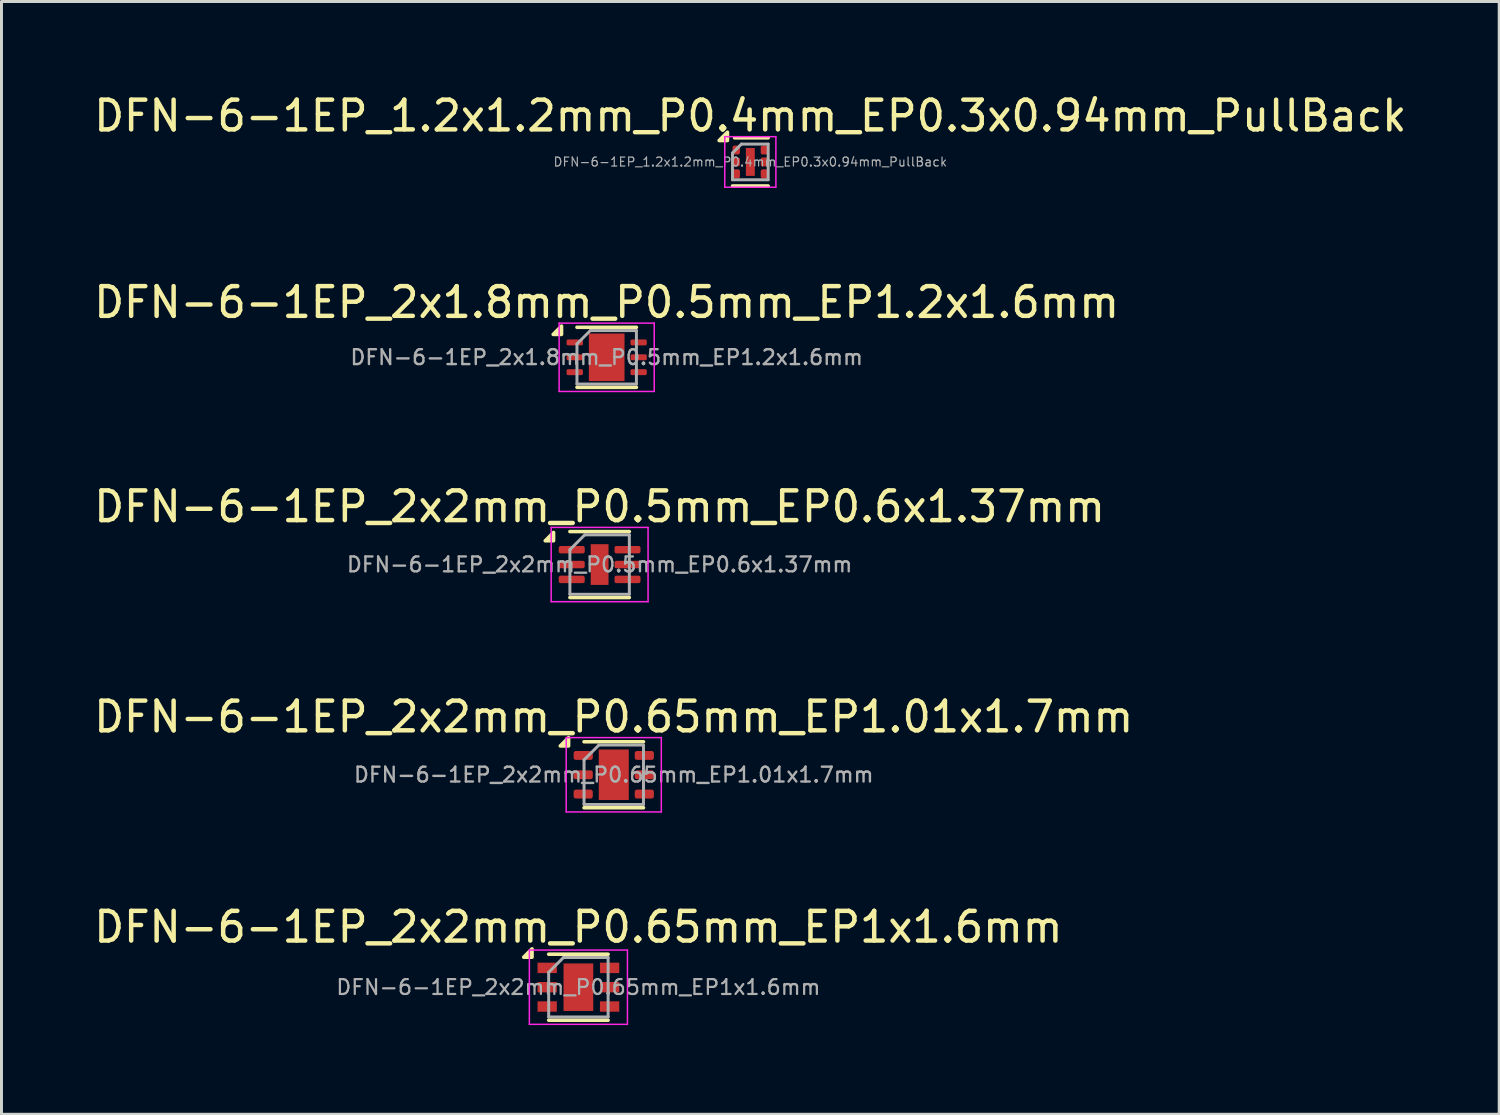
<source format=kicad_pcb>
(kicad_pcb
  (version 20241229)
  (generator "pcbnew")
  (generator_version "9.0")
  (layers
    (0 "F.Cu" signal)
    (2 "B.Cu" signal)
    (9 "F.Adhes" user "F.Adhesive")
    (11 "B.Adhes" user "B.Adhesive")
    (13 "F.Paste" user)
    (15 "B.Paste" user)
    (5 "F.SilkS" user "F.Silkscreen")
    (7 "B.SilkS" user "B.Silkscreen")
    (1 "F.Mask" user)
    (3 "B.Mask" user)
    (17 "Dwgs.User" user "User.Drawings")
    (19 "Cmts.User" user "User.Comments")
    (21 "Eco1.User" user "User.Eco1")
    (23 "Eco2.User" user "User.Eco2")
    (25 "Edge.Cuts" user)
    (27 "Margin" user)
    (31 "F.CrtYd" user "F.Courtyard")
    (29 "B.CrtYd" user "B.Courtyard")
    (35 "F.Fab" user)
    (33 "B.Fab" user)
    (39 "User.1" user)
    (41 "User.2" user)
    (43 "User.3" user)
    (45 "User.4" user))
  (footprint "DFN-6-1EP_2x2mm_P0.65mm_EP1.01x1.7mm"
    (layer "F.Cu")
    (at 17.601 23.018)
    (property "Reference" "DFN-6-1EP_2x2mm_P0.65mm_EP1.01x1.7mm" (at 0 -1.95 0) (layer "F.SilkS") (effects (font (size 1 1) (thickness 0.15))))
    (attr smd)
    (fp_line (start -1 -1.11) (end 1 -1.11) (stroke (width 0.12) (type solid)) (layer "F.SilkS"))
    (fp_line (start -1 1.11) (end 1 1.11) (stroke (width 0.12) (type solid)) (layer "F.SilkS"))
    (fp_poly (pts (xy -1.52 -0.97) (xy -1.8 -0.97) (xy -1.52 -1.25) (xy -1.52 -0.97)) (stroke (width 0.12) (type solid)) (fill yes) (layer "F.SilkS"))
    (fp_line (start -1.6 -1.25) (end -1.6 1.25) (stroke (width 0.05) (type solid)) (layer "F.CrtYd"))
    (fp_line (start -1.6 1.25) (end 1.6 1.25) (stroke (width 0.05) (type solid)) (layer "F.CrtYd"))
    (fp_line (start 1.6 -1.25) (end -1.6 -1.25) (stroke (width 0.05) (type solid)) (layer "F.CrtYd"))
    (fp_line (start 1.6 1.25) (end 1.6 -1.25) (stroke (width 0.05) (type solid)) (layer "F.CrtYd"))
    (fp_line (start -1 -0.5) (end -0.5 -1) (stroke (width 0.1) (type solid)) (layer "F.Fab"))
    (fp_line (start -1 1) (end -1 -0.5) (stroke (width 0.1) (type solid)) (layer "F.Fab"))
    (fp_line (start -0.5 -1) (end 1 -1) (stroke (width 0.1) (type solid)) (layer "F.Fab"))
    (fp_line (start 1 -1) (end 1 1) (stroke (width 0.1) (type solid)) (layer "F.Fab"))
    (fp_line (start 1 1) (end -1 1) (stroke (width 0.1) (type solid)) (layer "F.Fab"))
    (fp_text user "${REFERENCE}" (at 0 0 0) (layer "F.Fab") (effects (font (size 0.5 0.5) (thickness 0.08))))
    (pad "" smd roundrect (at 0 -0.425) (size 0.81 0.69) (layers "F.Paste") (roundrect_rratio 0.25))
    (pad "" smd roundrect (at 0 0.425) (size 0.81 0.69) (layers "F.Paste") (roundrect_rratio 0.25))
    (pad "1" smd roundrect (at -1.028 -0.65) (size 0.645 0.3) (layers "F.Cu" "F.Mask" "F.Paste") (roundrect_rratio 0.25))
    (pad "2" smd roundrect (at -1.028 0) (size 0.645 0.3) (layers "F.Cu" "F.Mask" "F.Paste") (roundrect_rratio 0.25))
    (pad "3" smd roundrect (at -1.028 0.65) (size 0.645 0.3) (layers "F.Cu" "F.Mask" "F.Paste") (roundrect_rratio 0.25))
    (pad "4" smd roundrect (at 1.028 0.65) (size 0.645 0.3) (layers "F.Cu" "F.Mask" "F.Paste") (roundrect_rratio 0.25))
    (pad "5" smd roundrect (at 1.028 0) (size 0.645 0.3) (layers "F.Cu" "F.Mask" "F.Paste") (roundrect_rratio 0.25))
    (pad "6" smd roundrect (at 1.028 -0.65) (size 0.645 0.3) (layers "F.Cu" "F.Mask" "F.Paste") (roundrect_rratio 0.25))
    (pad "7" smd rect (at 0 0) (size 1.01 1.7) (property pad_prop_heatsink) (layers "F.Cu" "F.Mask")))
  (footprint "DFN-6-1EP_2x1.8mm_P0.5mm_EP1.2x1.6mm"
    (layer "F.Cu")
    (at 17.363 8.972)
    (property "Reference" "DFN-6-1EP_2x1.8mm_P0.5mm_EP1.2x1.6mm" (at 0 -1.85 0) (layer "F.SilkS") (effects (font (size 1 1) (thickness 0.15))))
    (attr smd)
    (fp_line (start -1 -1.01) (end 1 -1.01) (stroke (width 0.12) (type solid)) (layer "F.SilkS"))
    (fp_line (start -1 1.01) (end 1 1.01) (stroke (width 0.12) (type solid)) (layer "F.SilkS"))
    (fp_poly (pts (xy -1.52 -0.77) (xy -1.8 -0.77) (xy -1.52 -1.05) (xy -1.52 -0.77)) (stroke (width 0.12) (type solid)) (fill yes) (layer "F.SilkS"))
    (fp_line (start -1.6 -1.15) (end -1.6 1.15) (stroke (width 0.05) (type solid)) (layer "F.CrtYd"))
    (fp_line (start -1.6 1.15) (end 1.6 1.15) (stroke (width 0.05) (type solid)) (layer "F.CrtYd"))
    (fp_line (start 1.6 -1.15) (end -1.6 -1.15) (stroke (width 0.05) (type solid)) (layer "F.CrtYd"))
    (fp_line (start 1.6 1.15) (end 1.6 -1.15) (stroke (width 0.05) (type solid)) (layer "F.CrtYd"))
    (fp_line (start -1 -0.45) (end -0.55 -0.9) (stroke (width 0.1) (type solid)) (layer "F.Fab"))
    (fp_line (start -1 0.9) (end -1 -0.45) (stroke (width 0.1) (type solid)) (layer "F.Fab"))
    (fp_line (start -0.55 -0.9) (end 1 -0.9) (stroke (width 0.1) (type solid)) (layer "F.Fab"))
    (fp_line (start 1 -0.9) (end 1 0.9) (stroke (width 0.1) (type solid)) (layer "F.Fab"))
    (fp_line (start 1 0.9) (end -1 0.9) (stroke (width 0.1) (type solid)) (layer "F.Fab"))
    (fp_text user "${REFERENCE}" (at 0 0 0) (layer "F.Fab") (effects (font (size 0.5 0.5) (thickness 0.08))))
    (pad "" smd roundrect (at -0.3 -0.4) (size 0.48 0.64) (layers "F.Paste") (roundrect_rratio 0.25))
    (pad "" smd roundrect (at -0.3 0.4) (size 0.48 0.64) (layers "F.Paste") (roundrect_rratio 0.25))
    (pad "" smd roundrect (at 0.3 -0.4) (size 0.48 0.64) (layers "F.Paste") (roundrect_rratio 0.25))
    (pad "" smd roundrect (at 0.3 0.4) (size 0.48 0.64) (layers "F.Paste") (roundrect_rratio 0.25))
    (pad "1" smd roundrect (at -1.075 -0.5) (size 0.55 0.2) (layers "F.Cu" "F.Mask" "F.Paste") (roundrect_rratio 0.25))
    (pad "2" smd roundrect (at -1.075 0) (size 0.55 0.2) (layers "F.Cu" "F.Mask" "F.Paste") (roundrect_rratio 0.25))
    (pad "3" smd roundrect (at -1.075 0.5) (size 0.55 0.2) (layers "F.Cu" "F.Mask" "F.Paste") (roundrect_rratio 0.25))
    (pad "4" smd roundrect (at 1.075 0.5) (size 0.55 0.2) (layers "F.Cu" "F.Mask" "F.Paste") (roundrect_rratio 0.25))
    (pad "5" smd roundrect (at 1.075 0) (size 0.55 0.2) (layers "F.Cu" "F.Mask" "F.Paste") (roundrect_rratio 0.25))
    (pad "6" smd roundrect (at 1.075 -0.5) (size 0.55 0.2) (layers "F.Cu" "F.Mask" "F.Paste") (roundrect_rratio 0.25))
    (pad "7" smd rect (at 0 0) (size 1.2 1.6) (property pad_prop_heatsink) (layers "F.Cu" "F.Mask")))
  (footprint "DFN-6-1EP_2x2mm_P0.65mm_EP1x1.6mm"
    (layer "F.Cu")
    (at 16.411 30.166)
    (property "Reference" "DFN-6-1EP_2x2mm_P0.65mm_EP1x1.6mm" (at 0 -2.025 0) (layer "F.SilkS") (effects (font (size 1 1) (thickness 0.15))))
    (attr smd)
    (fp_line (start -1 -1.11) (end 1 -1.11) (stroke (width 0.12) (type solid)) (layer "F.SilkS"))
    (fp_line (start -1 1.11) (end 1 1.11) (stroke (width 0.12) (type solid)) (layer "F.SilkS"))
    (fp_poly (pts (xy -1.56 -1.01) (xy -1.84 -1.01) (xy -1.56 -1.29) (xy -1.56 -1.01)) (stroke (width 0.12) (type solid)) (fill yes) (layer "F.SilkS"))
    (fp_line (start -1.65 -1.25) (end -1.65 1.25) (stroke (width 0.05) (type solid)) (layer "F.CrtYd"))
    (fp_line (start -1.65 -1.25) (end 1.65 -1.25) (stroke (width 0.05) (type solid)) (layer "F.CrtYd"))
    (fp_line (start -1.65 1.25) (end 1.65 1.25) (stroke (width 0.05) (type solid)) (layer "F.CrtYd"))
    (fp_line (start 1.65 -1.25) (end 1.65 1.25) (stroke (width 0.05) (type solid)) (layer "F.CrtYd"))
    (fp_line (start -1 -0.5) (end -0.5 -1) (stroke (width 0.1) (type solid)) (layer "F.Fab"))
    (fp_line (start -1 1) (end -1 -0.5) (stroke (width 0.1) (type solid)) (layer "F.Fab"))
    (fp_line (start -0.5 -1) (end 1 -1) (stroke (width 0.1) (type solid)) (layer "F.Fab"))
    (fp_line (start 1 -1) (end 1 1) (stroke (width 0.1) (type solid)) (layer "F.Fab"))
    (fp_line (start 1 1) (end -1 1) (stroke (width 0.1) (type solid)) (layer "F.Fab"))
    (fp_text user "${REFERENCE}" (at 0 0 0) (layer "F.Fab") (effects (font (size 0.5 0.5) (thickness 0.075))))
    (pad "" smd rect (at 0 -0.4) (size 0.82 0.63) (layers "F.Paste"))
    (pad "" smd rect (at 0 0.4) (size 0.82 0.63) (layers "F.Paste"))
    (pad "1" smd rect (at -1.05 -0.65) (size 0.65 0.35) (layers "F.Cu" "F.Mask" "F.Paste"))
    (pad "2" smd rect (at -1.05 0) (size 0.65 0.35) (layers "F.Cu" "F.Mask" "F.Paste"))
    (pad "3" smd rect (at -1.05 0.65) (size 0.65 0.35) (layers "F.Cu" "F.Mask" "F.Paste"))
    (pad "4" smd rect (at 1.05 0.65) (size 0.65 0.35) (layers "F.Cu" "F.Mask" "F.Paste"))
    (pad "5" smd rect (at 1.05 0) (size 0.65 0.35) (layers "F.Cu" "F.Mask" "F.Paste"))
    (pad "6" smd rect (at 1.05 -0.65) (size 0.65 0.35) (layers "F.Cu" "F.Mask" "F.Paste"))
    (pad "7" smd rect (at 0 0) (size 1 1.6) (layers "F.Cu" "F.Mask")))
  (footprint "DFN-6-1EP_1.2x1.2mm_P0.4mm_EP0.3x0.94mm_PullBack"
    (layer "F.Cu")
    (at 22.196 2.398)
    (property "Reference" "DFN-6-1EP_1.2x1.2mm_P0.4mm_EP0.3x0.94mm_PullBack" (at 0 -1.55 0) (layer "F.SilkS") (effects (font (size 1 1) (thickness 0.15))))
    (attr smd)
    (fp_line (start -0.6 0.81) (end 0.6 0.81) (stroke (width 0.12) (type solid)) (layer "F.SilkS"))
    (fp_line (start -0.53 -0.81) (end 0.6 -0.81) (stroke (width 0.12) (type solid)) (layer "F.SilkS"))
    (fp_poly (pts (xy -0.77 -0.72) (xy -1.05 -0.72) (xy -0.77 -1) (xy -0.77 -0.72)) (stroke (width 0.12) (type solid)) (fill yes) (layer "F.SilkS"))
    (fp_line (start -0.86 -0.85) (end -0.86 0.85) (stroke (width 0.05) (type solid)) (layer "F.CrtYd"))
    (fp_line (start -0.86 0.85) (end 0.86 0.85) (stroke (width 0.05) (type solid)) (layer "F.CrtYd"))
    (fp_line (start 0.86 -0.85) (end -0.86 -0.85) (stroke (width 0.05) (type solid)) (layer "F.CrtYd"))
    (fp_line (start 0.86 0.85) (end 0.86 -0.85) (stroke (width 0.05) (type solid)) (layer "F.CrtYd"))
    (fp_line (start -0.6 -0.3) (end -0.3 -0.6) (stroke (width 0.1) (type solid)) (layer "F.Fab"))
    (fp_line (start -0.6 0.6) (end -0.6 -0.3) (stroke (width 0.1) (type solid)) (layer "F.Fab"))
    (fp_line (start -0.3 -0.6) (end 0.6 -0.6) (stroke (width 0.1) (type solid)) (layer "F.Fab"))
    (fp_line (start 0.6 -0.6) (end 0.6 0.6) (stroke (width 0.1) (type solid)) (layer "F.Fab"))
    (fp_line (start 0.6 0.6) (end -0.6 0.6) (stroke (width 0.1) (type solid)) (layer "F.Fab"))
    (fp_text user "${REFERENCE}" (at 0 0 0) (layer "F.Fab") (effects (font (size 0.3 0.3) (thickness 0.04))))
    (pad "" smd roundrect (at 0 -0.235) (size 0.24 0.38) (layers "F.Paste") (roundrect_rratio 0.25))
    (pad "" smd roundrect (at 0 0.235) (size 0.24 0.38) (layers "F.Paste") (roundrect_rratio 0.25))
    (pad "1" smd roundrect (at -0.475 -0.4) (size 0.25 0.3) (layers "F.Cu" "F.Mask" "F.Paste") (roundrect_rratio 0.25))
    (pad "2" smd roundrect (at -0.475 0) (size 0.25 0.3) (layers "F.Cu" "F.Mask" "F.Paste") (roundrect_rratio 0.25))
    (pad "3" smd roundrect (at -0.475 0.4) (size 0.25 0.3) (layers "F.Cu" "F.Mask" "F.Paste") (roundrect_rratio 0.25))
    (pad "4" smd roundrect (at 0.475 0.4) (size 0.25 0.3) (layers "F.Cu" "F.Mask" "F.Paste") (roundrect_rratio 0.25))
    (pad "5" smd roundrect (at 0.475 0) (size 0.25 0.3) (layers "F.Cu" "F.Mask" "F.Paste") (roundrect_rratio 0.25))
    (pad "6" smd roundrect (at 0.475 -0.4) (size 0.25 0.3) (layers "F.Cu" "F.Mask" "F.Paste") (roundrect_rratio 0.25))
    (pad "7" smd rect (at 0 0) (size 0.3 0.94) (property pad_prop_heatsink) (layers "F.Cu" "F.Mask")))
  (footprint "DFN-6-1EP_2x2mm_P0.5mm_EP0.6x1.37mm"
    (layer "F.Cu")
    (at 17.125 15.945)
    (property "Reference" "DFN-6-1EP_2x2mm_P0.5mm_EP0.6x1.37mm" (at 0 -1.95 0) (layer "F.SilkS") (effects (font (size 1 1) (thickness 0.15))))
    (attr smd)
    (fp_line (start -1 -1.11) (end 1 -1.11) (stroke (width 0.12) (type solid)) (layer "F.SilkS"))
    (fp_line (start -1 1.11) (end 1 1.11) (stroke (width 0.12) (type solid)) (layer "F.SilkS"))
    (fp_poly (pts (xy -1.55 -0.8) (xy -1.83 -0.8) (xy -1.55 -1.08) (xy -1.55 -0.8)) (stroke (width 0.12) (type solid)) (fill yes) (layer "F.SilkS"))
    (fp_line (start -1.63 -1.25) (end -1.63 1.25) (stroke (width 0.05) (type solid)) (layer "F.CrtYd"))
    (fp_line (start -1.63 1.25) (end 1.63 1.25) (stroke (width 0.05) (type solid)) (layer "F.CrtYd"))
    (fp_line (start 1.63 -1.25) (end -1.63 -1.25) (stroke (width 0.05) (type solid)) (layer "F.CrtYd"))
    (fp_line (start 1.63 1.25) (end 1.63 -1.25) (stroke (width 0.05) (type solid)) (layer "F.CrtYd"))
    (fp_line (start -1 -0.5) (end -0.5 -1) (stroke (width 0.1) (type solid)) (layer "F.Fab"))
    (fp_line (start -1 1) (end -1 -0.5) (stroke (width 0.1) (type solid)) (layer "F.Fab"))
    (fp_line (start -0.5 -1) (end 1 -1) (stroke (width 0.1) (type solid)) (layer "F.Fab"))
    (fp_line (start 1 -1) (end 1 1) (stroke (width 0.1) (type solid)) (layer "F.Fab"))
    (fp_line (start 1 1) (end -1 1) (stroke (width 0.1) (type solid)) (layer "F.Fab"))
    (fp_text user "${REFERENCE}" (at 0 0 0) (layer "F.Fab") (effects (font (size 0.5 0.5) (thickness 0.08))))
    (pad "" smd roundrect (at 0 -0.34) (size 0.48 0.55) (layers "F.Paste") (roundrect_rratio 0.25))
    (pad "" smd roundrect (at 0 0.34) (size 0.48 0.55) (layers "F.Paste") (roundrect_rratio 0.25))
    (pad "1" smd roundrect (at -0.938 -0.5) (size 0.875 0.25) (layers "F.Cu" "F.Mask" "F.Paste") (roundrect_rratio 0.25))
    (pad "2" smd roundrect (at -0.938 0) (size 0.875 0.25) (layers "F.Cu" "F.Mask" "F.Paste") (roundrect_rratio 0.25))
    (pad "3" smd roundrect (at -0.938 0.5) (size 0.875 0.25) (layers "F.Cu" "F.Mask" "F.Paste") (roundrect_rratio 0.25))
    (pad "4" smd roundrect (at 0.938 0.5) (size 0.875 0.25) (layers "F.Cu" "F.Mask" "F.Paste") (roundrect_rratio 0.25))
    (pad "5" smd roundrect (at 0.938 0) (size 0.875 0.25) (layers "F.Cu" "F.Mask" "F.Paste") (roundrect_rratio 0.25))
    (pad "6" smd roundrect (at 0.938 -0.5) (size 0.875 0.25) (layers "F.Cu" "F.Mask" "F.Paste") (roundrect_rratio 0.25))
    (pad "7" smd rect (at 0 0) (size 0.6 1.37) (property pad_prop_heatsink) (layers "F.Cu" "F.Mask")))
  (gr_rect
    (start -3 -3)
    (end 47.393 34.441)
    (stroke (width 0.1) (type default))
    (fill no)
    (layer "Edge.Cuts")))
</source>
